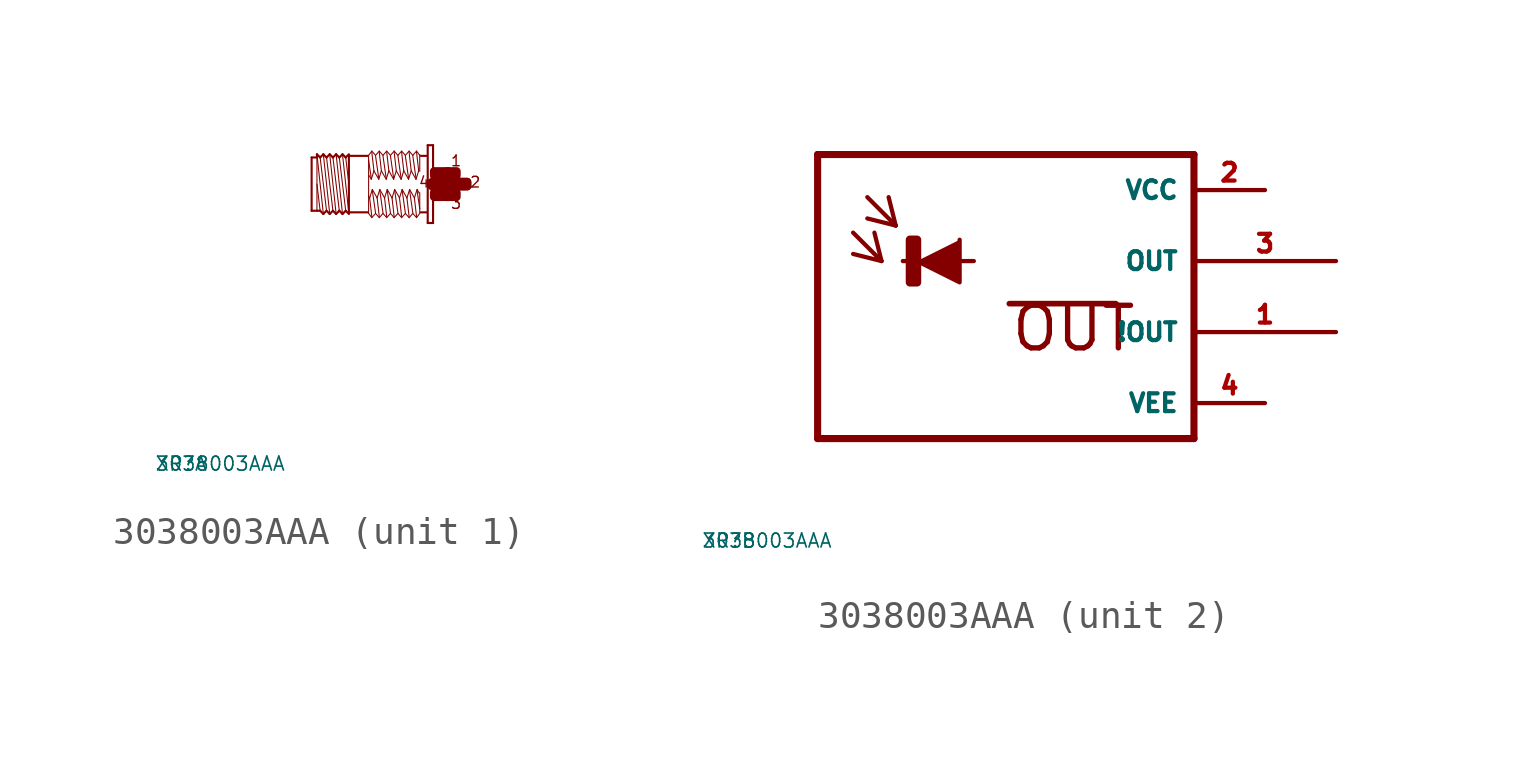
<source format=kicad_sym>
(kicad_symbol_lib
  (version 20220914)
  (generator Eagle2Kicad)
  (symbol "3038003AAA"
    (property "Reference" "XR"
      (at -10 -10 0)
      (effects (font (size 0.5 0.5) (thickness 0.06)) (justify left)))
    (property "Value" "3038003AAA"
      (at -10 -10 0)
      (effects (font (size 0.5 0.5) (thickness 0.06)) (justify left)))
    (symbol "3038003AAA_1_0"
      (polyline (pts (xy -3.048 -1.067) (xy -3.277 1.067)) (stroke (width 0.038) (type default)) (fill (type none)))
      (polyline (pts (xy -3.162 0.953) (xy -3.048 0)) (stroke (width 0.038) (type default)) (fill (type none)))
      (polyline (pts (xy -3.162 -0.953) (xy -3.391 0.953)) (stroke (width 0.038) (type default)) (fill (type none)))
      (polyline (pts (xy -3.277 -1.067) (xy -3.505 1.067)) (stroke (width 0.038) (type default)) (fill (type none)))
      (polyline (pts (xy -3.391 -0.953) (xy -3.619 0.953)) (stroke (width 0.038) (type default)) (fill (type none)))
      (polyline (pts (xy -3.505 -1.067) (xy -3.734 1.067)) (stroke (width 0.038) (type default)) (fill (type none)))
      (polyline (pts (xy -3.619 -0.953) (xy -3.848 0.953)) (stroke (width 0.038) (type default)) (fill (type none)))
      (polyline (pts (xy -3.734 -1.067) (xy -3.962 1.067)) (stroke (width 0.038) (type default)) (fill (type none)))
      (polyline (pts (xy -3.848 -0.953) (xy -4.077 0.953)) (stroke (width 0.038) (type default)) (fill (type none)))
      (polyline (pts (xy -3.962 -1.067) (xy -4.191 1.067)) (stroke (width 0.038) (type default)) (fill (type none)))
      (polyline (pts (xy -4.191 0) (xy -4.077 -0.953)) (stroke (width 0.038) (type default)) (fill (type none)))
      (polyline (pts (xy -4.191 1.029) (xy -4.191 0.953)) (stroke (width 0.038) (type default)) (fill (type none)))
      (polyline (pts (xy -4.191 0.953) (xy -4.191 -0.953)) (stroke (width 0.038) (type default)) (fill (type none)))
      (polyline (pts (xy -4.381 -0.953) (xy -4.381 0.953)) (stroke (width 0.076) (type default)) (fill (type none)))
      (polyline (pts (xy -4.381 0.953) (xy -4.191 0.953)) (stroke (width 0.076) (type default)) (fill (type none)))
      (polyline (pts (xy -4.191 0.953) (xy -4.191 1.067)) (stroke (width 0.076) (type default)) (fill (type none)))
      (polyline (pts (xy -4.191 1.067) (xy -4.077 0.953)) (stroke (width 0.076) (type default)) (fill (type none)))
      (polyline (pts (xy -4.077 0.953) (xy -3.962 1.067)) (stroke (width 0.076) (type default)) (fill (type none)))
      (polyline (pts (xy -3.962 1.067) (xy -3.848 0.953)) (stroke (width 0.076) (type default)) (fill (type none)))
      (polyline (pts (xy -3.848 0.953) (xy -3.734 1.067)) (stroke (width 0.076) (type default)) (fill (type none)))
      (polyline (pts (xy -3.734 1.067) (xy -3.619 0.953)) (stroke (width 0.076) (type default)) (fill (type none)))
      (polyline (pts (xy -3.619 0.953) (xy -3.505 1.067)) (stroke (width 0.076) (type default)) (fill (type none)))
      (polyline (pts (xy -3.277 1.067) (xy -3.162 0.953)) (stroke (width 0.076) (type default)) (fill (type none)))
      (polyline (pts (xy -3.162 0.953) (xy -3.048 1.067)) (stroke (width 0.076) (type default)) (fill (type none)))
      (polyline (pts (xy -3.048 -1.067) (xy -3.162 -0.953)) (stroke (width 0.076) (type default)) (fill (type none)))
      (polyline (pts (xy -3.162 -0.953) (xy -3.277 -1.067)) (stroke (width 0.076) (type default)) (fill (type none)))
      (polyline (pts (xy -3.277 -1.067) (xy -3.391 -0.953)) (stroke (width 0.076) (type default)) (fill (type none)))
      (polyline (pts (xy -3.391 -0.953) (xy -3.505 -1.067)) (stroke (width 0.076) (type default)) (fill (type none)))
      (polyline (pts (xy -3.505 -1.067) (xy -3.619 -0.953)) (stroke (width 0.076) (type default)) (fill (type none)))
      (polyline (pts (xy -3.619 -0.953) (xy -3.734 -1.067)) (stroke (width 0.076) (type default)) (fill (type none)))
      (polyline (pts (xy -3.734 -1.067) (xy -3.848 -0.953)) (stroke (width 0.076) (type default)) (fill (type none)))
      (polyline (pts (xy -3.848 -0.953) (xy -3.962 -1.067)) (stroke (width 0.076) (type default)) (fill (type none)))
      (polyline (pts (xy -3.962 -1.067) (xy -4.077 -0.953)) (stroke (width 0.076) (type default)) (fill (type none)))
      (polyline (pts (xy -4.077 -0.953) (xy -4.191 -0.953)) (stroke (width 0.076) (type default)) (fill (type none)))
      (polyline (pts (xy -4.191 -0.953) (xy -4.381 -0.953)) (stroke (width 0.076) (type default)) (fill (type none)))
      (polyline (pts (xy -3.048 1.029) (xy -3.048 1.01)) (stroke (width 0.076) (type default)) (fill (type none)))
      (polyline (pts (xy -3.048 1.01) (xy -3.048 -1.01)) (stroke (width 0.076) (type default)) (fill (type none)))
      (polyline (pts (xy -3.048 -1.01) (xy -3.048 -1.029)) (stroke (width 0.076) (type default)) (fill (type none)))
      (polyline (pts (xy -0.038 1.391) (xy -0.038 -1.391)) (stroke (width 0.076) (type default)) (fill (type none)))
      (polyline (pts (xy -0.038 -1.391) (xy -0.229 -1.391)) (stroke (width 0.076) (type default)) (fill (type none)))
      (polyline (pts (xy -0.229 -1.391) (xy -0.229 1.391)) (stroke (width 0.076) (type default)) (fill (type none)))
      (polyline (pts (xy -0.229 1.391) (xy -0.038 1.391)) (stroke (width 0.076) (type default)) (fill (type none)))
      (polyline (pts (xy -0.267 1.01) (xy -0.476 1.01)) (stroke (width 0.076) (type default)) (fill (type none)))
      (polyline (pts (xy -0.267 -1.01) (xy -0.476 -1.01)) (stroke (width 0.076) (type default)) (fill (type none)))
      (polyline (pts (xy -2.381 -1.01) (xy -3.048 -1.01)) (stroke (width 0.076) (type default)) (fill (type none)))
      (polyline (pts (xy -3.048 1.01) (xy -2.381 1.01)) (stroke (width 0.076) (type default)) (fill (type none)))
      (polyline (pts (xy -0.514 -1.048) (xy -0.629 -1.2)) (stroke (width 0.038) (type default)) (fill (type none)))
      (polyline (pts (xy -0.629 -1.2) (xy -0.762 -1.048)) (stroke (width 0.038) (type default)) (fill (type none)))
      (polyline (pts (xy -0.762 -1.048) (xy -0.895 -1.2)) (stroke (width 0.038) (type default)) (fill (type none)))
      (polyline (pts (xy -0.895 -1.2) (xy -1.029 -1.048)) (stroke (width 0.038) (type default)) (fill (type none)))
      (polyline (pts (xy -1.029 -1.048) (xy -1.162 -1.2)) (stroke (width 0.038) (type default)) (fill (type none)))
      (polyline (pts (xy -1.162 -1.2) (xy -1.295 -1.048)) (stroke (width 0.038) (type default)) (fill (type none)))
      (polyline (pts (xy -1.295 -1.048) (xy -1.429 -1.2)) (stroke (width 0.038) (type default)) (fill (type none)))
      (polyline (pts (xy -1.429 -1.2) (xy -1.562 -1.048)) (stroke (width 0.038) (type default)) (fill (type none)))
      (polyline (pts (xy -1.562 -1.048) (xy -1.696 -1.2)) (stroke (width 0.038) (type default)) (fill (type none)))
      (polyline (pts (xy -1.696 -1.2) (xy -1.829 -1.048)) (stroke (width 0.038) (type default)) (fill (type none)))
      (polyline (pts (xy -1.829 -1.048) (xy -1.962 -1.2)) (stroke (width 0.038) (type default)) (fill (type none)))
      (polyline (pts (xy -1.962 -1.2) (xy -2.095 -1.048)) (stroke (width 0.038) (type default)) (fill (type none)))
      (polyline (pts (xy -2.095 -1.048) (xy -2.229 -1.2)) (stroke (width 0.038) (type default)) (fill (type none)))
      (polyline (pts (xy -2.229 -1.2) (xy -2.343 -1.048)) (stroke (width 0.038) (type default)) (fill (type none)))
      (polyline (pts (xy -2.343 -1.048) (xy -2.343 -0.419)) (stroke (width 0.038) (type default)) (fill (type none)))
      (polyline (pts (xy -2.343 -0.419) (xy -2.343 0.857)) (stroke (width 0.038) (type default)) (fill (type none)))
      (polyline (pts (xy -2.343 0.857) (xy -2.343 1.029)) (stroke (width 0.038) (type default)) (fill (type none)))
      (polyline (pts (xy -0.514 1.048) (xy -0.514 1.029)) (stroke (width 0.038) (type default)) (fill (type none)))
      (polyline (pts (xy -0.514 1.029) (xy -0.514 0.457)) (stroke (width 0.038) (type default)) (fill (type none)))
      (polyline (pts (xy -0.514 -0.305) (xy -0.514 -0.876)) (stroke (width 0.038) (type default)) (fill (type none)))
      (polyline (pts (xy -0.514 -0.876) (xy -0.514 -1.029)) (stroke (width 0.038) (type default)) (fill (type none)))
      (polyline (pts (xy -0.533 -0.324) (xy -0.61 -0.191)) (stroke (width 0.038) (type default)) (fill (type none)))
      (polyline (pts (xy -0.61 -0.191) (xy -0.705 -0.495)) (stroke (width 0.038) (type default)) (fill (type none)))
      (polyline (pts (xy -0.705 -0.495) (xy -0.876 -0.191)) (stroke (width 0.038) (type default)) (fill (type none)))
      (polyline (pts (xy -0.876 -0.191) (xy -0.972 -0.495)) (stroke (width 0.038) (type default)) (fill (type none)))
      (polyline (pts (xy -0.972 -0.495) (xy -1.143 -0.191)) (stroke (width 0.038) (type default)) (fill (type none)))
      (polyline (pts (xy -1.143 -0.191) (xy -1.238 -0.495)) (stroke (width 0.038) (type default)) (fill (type none)))
      (polyline (pts (xy -1.238 -0.495) (xy -1.41 -0.191)) (stroke (width 0.038) (type default)) (fill (type none)))
      (polyline (pts (xy -1.41 -0.191) (xy -1.505 -0.495)) (stroke (width 0.038) (type default)) (fill (type none)))
      (polyline (pts (xy -1.505 -0.495) (xy -1.676 -0.191)) (stroke (width 0.038) (type default)) (fill (type none)))
      (polyline (pts (xy -1.676 -0.191) (xy -1.772 -0.495)) (stroke (width 0.038) (type default)) (fill (type none)))
      (polyline (pts (xy -1.772 -0.495) (xy -1.943 -0.191)) (stroke (width 0.038) (type default)) (fill (type none)))
      (polyline (pts (xy -1.943 -0.191) (xy -2.038 -0.495)) (stroke (width 0.038) (type default)) (fill (type none)))
      (polyline (pts (xy -2.038 -0.495) (xy -2.21 -0.191)) (stroke (width 0.038) (type default)) (fill (type none)))
      (polyline (pts (xy -2.21 -0.191) (xy -2.305 -0.495)) (stroke (width 0.038) (type default)) (fill (type none)))
      (polyline (pts (xy -2.305 -0.495) (xy -2.343 -0.419)) (stroke (width 0.038) (type default)) (fill (type none)))
      (polyline (pts (xy -2.229 -1.162) (xy -2.305 -0.495)) (stroke (width 0.038) (type default)) (fill (type none)))
      (polyline (pts (xy -2.095 -1.029) (xy -2.21 -0.229)) (stroke (width 0.038) (type default)) (fill (type none)))
      (polyline (pts (xy -1.962 -1.162) (xy -2.038 -0.495)) (stroke (width 0.038) (type default)) (fill (type none)))
      (polyline (pts (xy -1.829 -1.029) (xy -1.943 -0.229)) (stroke (width 0.038) (type default)) (fill (type none)))
      (polyline (pts (xy -1.562 -1.029) (xy -1.676 -0.229)) (stroke (width 0.038) (type default)) (fill (type none)))
      (polyline (pts (xy -1.429 -1.162) (xy -1.505 -0.495)) (stroke (width 0.038) (type default)) (fill (type none)))
      (polyline (pts (xy -1.295 -1.029) (xy -1.41 -0.229)) (stroke (width 0.038) (type default)) (fill (type none)))
      (polyline (pts (xy -1.162 -1.162) (xy -1.238 -0.495)) (stroke (width 0.038) (type default)) (fill (type none)))
      (polyline (pts (xy -1.029 -1.029) (xy -1.143 -0.229)) (stroke (width 0.038) (type default)) (fill (type none)))
      (polyline (pts (xy -0.895 -1.162) (xy -0.972 -0.495)) (stroke (width 0.038) (type default)) (fill (type none)))
      (polyline (pts (xy -0.762 -1.029) (xy -0.876 -0.229)) (stroke (width 0.038) (type default)) (fill (type none)))
      (polyline (pts (xy -0.629 -1.162) (xy -0.705 -0.495)) (stroke (width 0.038) (type default)) (fill (type none)))
      (polyline (pts (xy -0.514 -0.876) (xy -0.61 -0.229)) (stroke (width 0.038) (type default)) (fill (type none)))
      (polyline (pts (xy -2.343 1.029) (xy -2.229 1.181)) (stroke (width 0.038) (type default)) (fill (type none)))
      (polyline (pts (xy -2.229 1.181) (xy -2.095 1.029)) (stroke (width 0.038) (type default)) (fill (type none)))
      (polyline (pts (xy -2.095 1.029) (xy -1.962 1.181)) (stroke (width 0.038) (type default)) (fill (type none)))
      (polyline (pts (xy -1.962 1.181) (xy -1.829 1.029)) (stroke (width 0.038) (type default)) (fill (type none)))
      (polyline (pts (xy -1.829 1.029) (xy -1.696 1.181)) (stroke (width 0.038) (type default)) (fill (type none)))
      (polyline (pts (xy -1.696 1.181) (xy -1.562 1.029)) (stroke (width 0.038) (type default)) (fill (type none)))
      (polyline (pts (xy -1.562 1.029) (xy -1.429 1.181)) (stroke (width 0.038) (type default)) (fill (type none)))
      (polyline (pts (xy -1.429 1.181) (xy -1.295 1.029)) (stroke (width 0.038) (type default)) (fill (type none)))
      (polyline (pts (xy -1.295 1.029) (xy -1.162 1.181)) (stroke (width 0.038) (type default)) (fill (type none)))
      (polyline (pts (xy -1.162 1.181) (xy -1.029 1.029)) (stroke (width 0.038) (type default)) (fill (type none)))
      (polyline (pts (xy -1.029 1.029) (xy -0.895 1.181)) (stroke (width 0.038) (type default)) (fill (type none)))
      (polyline (pts (xy -0.895 1.181) (xy -0.762 1.029)) (stroke (width 0.038) (type default)) (fill (type none)))
      (polyline (pts (xy -0.762 1.029) (xy -0.629 1.181)) (stroke (width 0.038) (type default)) (fill (type none)))
      (polyline (pts (xy -0.629 1.181) (xy -0.514 1.029)) (stroke (width 0.038) (type default)) (fill (type none)))
      (polyline (pts (xy -2.324 0.305) (xy -2.248 0.172)) (stroke (width 0.038) (type default)) (fill (type none)))
      (polyline (pts (xy -2.248 0.172) (xy -2.153 0.476)) (stroke (width 0.038) (type default)) (fill (type none)))
      (polyline (pts (xy -2.153 0.476) (xy -1.981 0.172)) (stroke (width 0.038) (type default)) (fill (type none)))
      (polyline (pts (xy -1.981 0.172) (xy -1.886 0.476)) (stroke (width 0.038) (type default)) (fill (type none)))
      (polyline (pts (xy -1.886 0.476) (xy -1.714 0.172)) (stroke (width 0.038) (type default)) (fill (type none)))
      (polyline (pts (xy -1.714 0.172) (xy -1.619 0.476)) (stroke (width 0.038) (type default)) (fill (type none)))
      (polyline (pts (xy -1.619 0.476) (xy -1.448 0.172)) (stroke (width 0.038) (type default)) (fill (type none)))
      (polyline (pts (xy -1.448 0.172) (xy -1.353 0.476)) (stroke (width 0.038) (type default)) (fill (type none)))
      (polyline (pts (xy -1.353 0.476) (xy -1.181 0.172)) (stroke (width 0.038) (type default)) (fill (type none)))
      (polyline (pts (xy -1.181 0.172) (xy -1.086 0.476)) (stroke (width 0.038) (type default)) (fill (type none)))
      (polyline (pts (xy -1.086 0.476) (xy -0.914 0.172)) (stroke (width 0.038) (type default)) (fill (type none)))
      (polyline (pts (xy -0.914 0.172) (xy -0.819 0.476)) (stroke (width 0.038) (type default)) (fill (type none)))
      (polyline (pts (xy -0.819 0.476) (xy -0.648 0.172)) (stroke (width 0.038) (type default)) (fill (type none)))
      (polyline (pts (xy -0.648 0.172) (xy -0.552 0.476)) (stroke (width 0.038) (type default)) (fill (type none)))
      (polyline (pts (xy -0.629 1.143) (xy -0.552 0.476)) (stroke (width 0.038) (type default)) (fill (type none)))
      (polyline (pts (xy -0.762 1.01) (xy -0.648 0.21)) (stroke (width 0.038) (type default)) (fill (type none)))
      (polyline (pts (xy -0.895 1.143) (xy -0.819 0.476)) (stroke (width 0.038) (type default)) (fill (type none)))
      (polyline (pts (xy -1.029 1.01) (xy -0.914 0.21)) (stroke (width 0.038) (type default)) (fill (type none)))
      (polyline (pts (xy -1.162 1.143) (xy -1.086 0.476)) (stroke (width 0.038) (type default)) (fill (type none)))
      (polyline (pts (xy -1.295 1.01) (xy -1.181 0.21)) (stroke (width 0.038) (type default)) (fill (type none)))
      (polyline (pts (xy -1.429 1.143) (xy -1.353 0.476)) (stroke (width 0.038) (type default)) (fill (type none)))
      (polyline (pts (xy -1.562 1.01) (xy -1.448 0.21)) (stroke (width 0.038) (type default)) (fill (type none)))
      (polyline (pts (xy -1.696 1.143) (xy -1.619 0.476)) (stroke (width 0.038) (type default)) (fill (type none)))
      (polyline (pts (xy -1.829 1.01) (xy -1.714 0.21)) (stroke (width 0.038) (type default)) (fill (type none)))
      (polyline (pts (xy -1.962 1.143) (xy -1.886 0.476)) (stroke (width 0.038) (type default)) (fill (type none)))
      (polyline (pts (xy -2.095 1.01) (xy -1.981 0.21)) (stroke (width 0.038) (type default)) (fill (type none)))
      (polyline (pts (xy -2.229 1.143) (xy -2.153 0.476)) (stroke (width 0.038) (type default)) (fill (type none)))
      (polyline (pts (xy -2.343 0.857) (xy -2.248 0.21)) (stroke (width 0.038) (type default)) (fill (type none)))
      (polyline (pts (xy -1.696 -1.162) (xy -1.772 -0.495)) (stroke (width 0.038) (type default)) (fill (type none)))
      (polyline (pts (xy -3.277 1.067) (xy -3.391 0.953)) (stroke (width 0.076) (type default)) (fill (type none)))
      (polyline (pts (xy -3.391 0.953) (xy -3.505 1.067)) (stroke (width 0.076) (type default)) (fill (type none)))
      (text "1" (at 0.572 0.61 0) (effects (font (size 0.381 0.381) (thickness 0.05)) (justify left bottom)))
      (text "3" (at 0.572 -0.914 0) (effects (font (size 0.381 0.381) (thickness 0.05)) (justify left bottom)))
      (text "2" (at 1.257 -0.152 0) (effects (font (size 0.381 0.381) (thickness 0.05)) (justify left bottom)))
      (text "4" (at -0.572 -0.152 0) (effects (font (size 0.381 0.381) (thickness 0.05)) (justify left bottom)))
      (rectangle (start 0 -0.457) (end 0.495 -0.305) (stroke (width 0.3) (type default)) (fill (type outline)))
      (rectangle (start 0.457 -0.457) (end 0.8 -0.305) (stroke (width 0.3) (type default)) (fill (type outline)))
      (rectangle (start 0.838 -0.076) (end 1.181 0.076) (stroke (width 0.3) (type default)) (fill (type outline)))
      (rectangle (start 0.457 0.305) (end 0.8 0.457) (stroke (width 0.3) (type default)) (fill (type outline)))
      (rectangle (start 0 0.305) (end 0.495 0.457) (stroke (width 0.3) (type default)) (fill (type outline)))
      (rectangle (start 0.419 -0.076) (end 0.762 0.076) (stroke (width 0.3) (type default)) (fill (type outline)))
      (rectangle (start 0.076 -0.076) (end 0.419 0.076) (stroke (width 0.3) (type default)) (fill (type outline)))
      (rectangle (start -0.076 -0.076) (end 0.152 0.076) (stroke (width 0.3) (type default)) (fill (type outline)))
      (rectangle (start 0.762 -0.076) (end 0.838 0.076) (stroke (width 0.3) (type default)) (fill (type outline)))
      (rectangle (start 0.838 -0.076) (end 1.181 0.076) (stroke (width 0.3) (type default)) (fill (type outline))))
    (symbol "3038003AAA_2_0"
      (polyline (pts (xy -2.286 0) (xy -0.762 -0.762) (xy -0.762 0.762)) (stroke (width 0.152) (type default)) (fill (type outline)))
      (polyline (pts (xy -4.572 1.016) (xy -3.556 0)) (stroke (width 0.152) (type default)) (fill (type none)))
      (polyline (pts (xy -3.556 0) (xy -3.81 1.016)) (stroke (width 0.152) (type default)) (fill (type none)))
      (polyline (pts (xy -3.556 0) (xy -4.572 0.254)) (stroke (width 0.152) (type default)) (fill (type none)))
      (polyline (pts (xy -4.064 2.286) (xy -3.048 1.27)) (stroke (width 0.152) (type default)) (fill (type none)))
      (polyline (pts (xy -3.048 1.27) (xy -3.302 2.286)) (stroke (width 0.152) (type default)) (fill (type none)))
      (polyline (pts (xy -3.048 1.27) (xy -4.064 1.524)) (stroke (width 0.152) (type default)) (fill (type none)))
      (polyline (pts (xy 7.62 3.81) (xy 7.62 -6.35)) (stroke (width 0.254) (type default)) (fill (type none)))
      (polyline (pts (xy 7.62 -6.35) (xy -5.842 -6.35)) (stroke (width 0.254) (type default)) (fill (type none)))
      (polyline (pts (xy -5.842 -6.35) (xy -5.842 3.81)) (stroke (width 0.254) (type default)) (fill (type none)))
      (polyline (pts (xy -5.842 3.81) (xy 7.62 3.81)) (stroke (width 0.254) (type default)) (fill (type none)))
      (polyline (pts (xy -2.794 0) (xy -0.254 0)) (stroke (width 0.152) (type default)) (fill (type none)))
      (polyline (pts (xy 1.016 -1.524) (xy 4.826 -1.524)) (stroke (width 0.203) (type default)) (fill (type none)))
      (text "OUT" (at 1.016 -3.302 0) (effects (font (size 1.524 1.524) (thickness 0.19)) (justify left bottom)))
      (rectangle (start -2.54 -0.762) (end -2.286 0.762) (stroke (width 0.3) (type default)) (fill (type outline)))
      (pin unspecified line (at 10.16 2.54 180) (length 2.54) (name "VCC" (effects (font (size 0.635 0.635) (thickness 0.08)) (justify left bottom))) (number "2" (effects (font (size 0.635 0.635) (thickness 0.08)) (justify left bottom))))
      (pin unspecified line (at 10.16 -5.08 180) (length 2.54) (name "VEE" (effects (font (size 0.635 0.635) (thickness 0.08)) (justify left bottom))) (number "4" (effects (font (size 0.635 0.635) (thickness 0.08)) (justify left bottom))))
      (pin output line (at 12.7 0 180) (length 5.08) (name "OUT" (effects (font (size 0.635 0.635) (thickness 0.08)) (justify left bottom))) (number "3" (effects (font (size 0.635 0.635) (thickness 0.08)) (justify left bottom))))
      (pin output line (at 12.7 -2.54 180) (length 5.08) (name "!OUT" (effects (font (size 0.635 0.635) (thickness 0.08)) (justify left bottom))) (number "1" (effects (font (size 0.635 0.635) (thickness 0.08)) (justify left bottom)))))))
</source>
